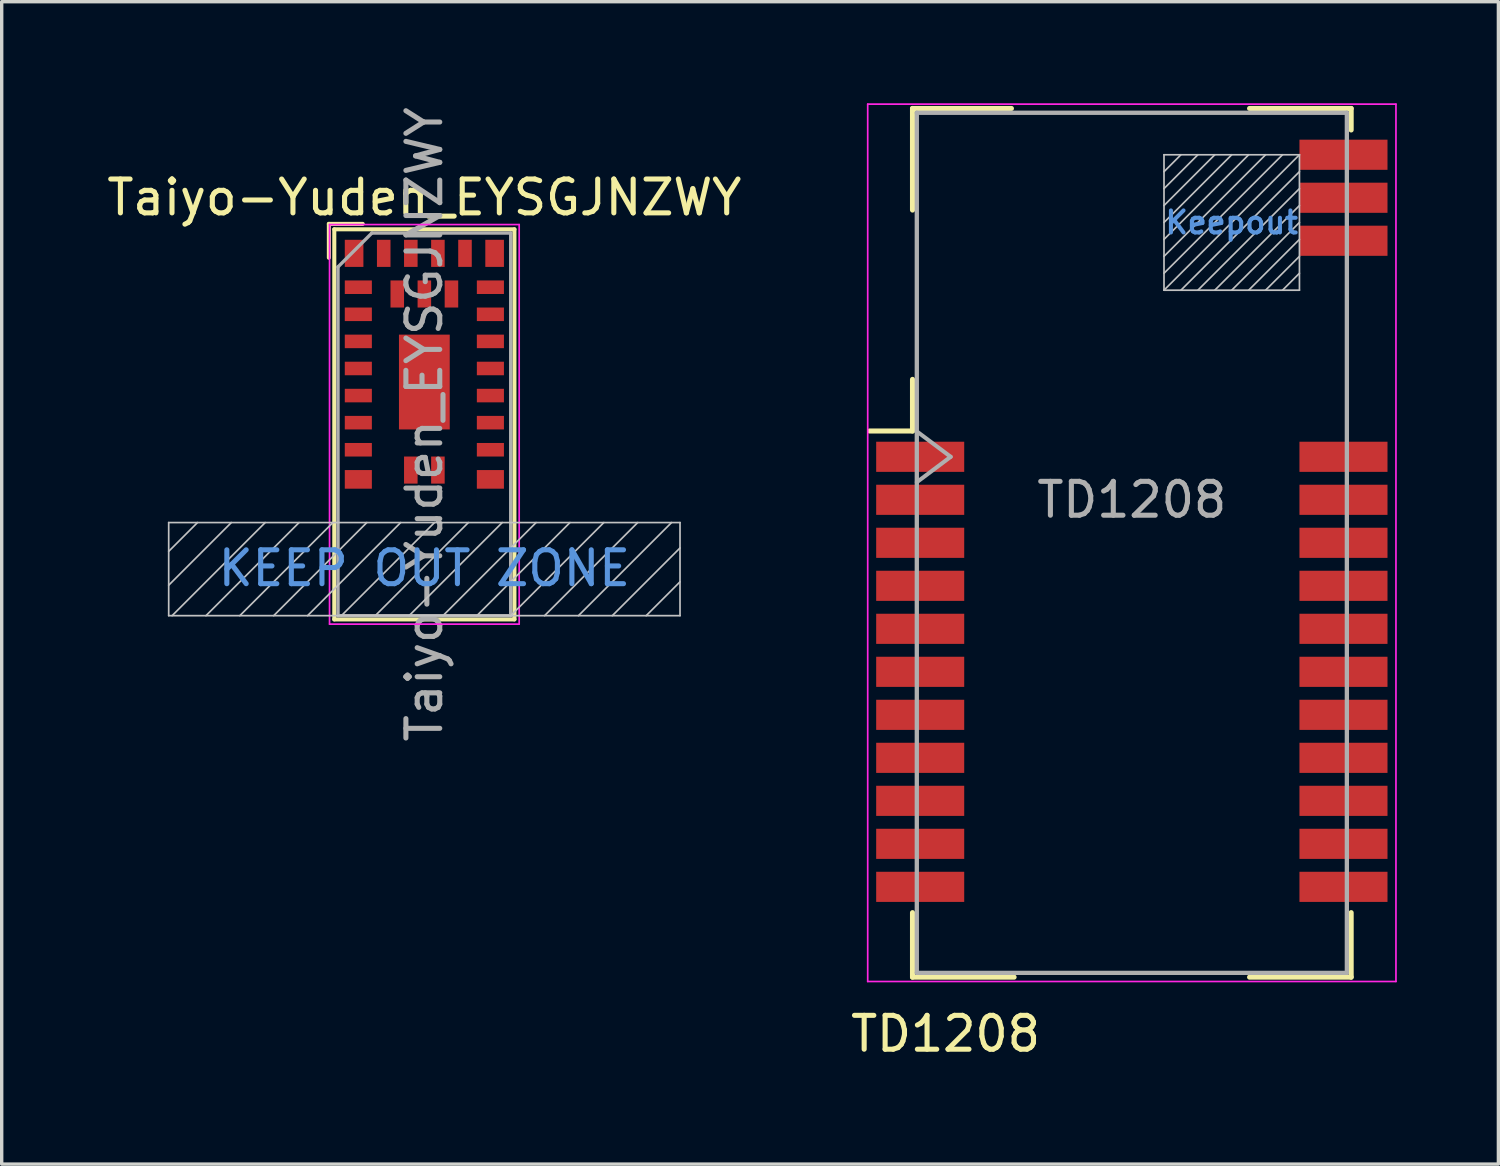
<source format=kicad_pcb>
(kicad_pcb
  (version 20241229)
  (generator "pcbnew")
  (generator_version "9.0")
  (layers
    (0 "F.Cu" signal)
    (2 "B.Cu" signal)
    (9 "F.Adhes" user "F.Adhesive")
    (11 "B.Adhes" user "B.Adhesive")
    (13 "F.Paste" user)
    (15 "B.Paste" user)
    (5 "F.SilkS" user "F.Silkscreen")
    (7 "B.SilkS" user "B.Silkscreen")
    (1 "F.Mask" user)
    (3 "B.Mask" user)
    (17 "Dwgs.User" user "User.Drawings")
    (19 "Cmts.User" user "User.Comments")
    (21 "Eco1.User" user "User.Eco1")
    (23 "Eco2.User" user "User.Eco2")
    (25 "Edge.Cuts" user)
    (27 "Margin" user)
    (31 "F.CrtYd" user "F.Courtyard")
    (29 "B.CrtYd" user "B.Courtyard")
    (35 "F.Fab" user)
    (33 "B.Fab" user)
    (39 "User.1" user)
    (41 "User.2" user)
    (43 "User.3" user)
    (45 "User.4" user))
  (footprint "TD1208"
    (layer "F.Cu")
    (at 30.375 12.345)
    (property "Reference" "TD1208" (at -5.5 15.135 0) (layer "F.SilkS") (effects (font (size 1 1) (thickness 0.15))))
    (attr smd)
    (fp_line (start -6.477 -12.192) (end -6.477 -9.192) (stroke (width 0.15) (type solid)) (layer "F.SilkS"))
    (fp_line (start -6.477 -12.192) (end -3.556 -12.192) (stroke (width 0.15) (type solid)) (layer "F.SilkS"))
    (fp_line (start -6.477 -4.191) (end -6.477 -2.667) (stroke (width 0.15) (type solid)) (layer "F.SilkS"))
    (fp_line (start -6.477 -2.667) (end -7.747 -2.667) (stroke (width 0.15) (type solid)) (layer "F.SilkS"))
    (fp_line (start -6.477 11.557) (end -6.477 13.462) (stroke (width 0.15) (type solid)) (layer "F.SilkS"))
    (fp_line (start -6.477 13.462) (end -3.477 13.462) (stroke (width 0.15) (type solid)) (layer "F.SilkS"))
    (fp_line (start 6.477 -12.192) (end 3.477 -12.192) (stroke (width 0.15) (type solid)) (layer "F.SilkS"))
    (fp_line (start 6.477 -12.192) (end 6.477 -11.557) (stroke (width 0.15) (type solid)) (layer "F.SilkS"))
    (fp_line (start 6.477 11.557) (end 6.477 13.462) (stroke (width 0.15) (type solid)) (layer "F.SilkS"))
    (fp_line (start 6.477 13.462) (end 3.477 13.462) (stroke (width 0.15) (type solid)) (layer "F.SilkS"))
    (fp_line (start 0.95 -10.825) (end 0.95 -6.825) (stroke (width 0.05) (type solid)) (layer "Dwgs.User"))
    (fp_line (start 0.95 -6.825) (end 4.95 -6.825) (stroke (width 0.05) (type solid)) (layer "Dwgs.User"))
    (fp_line (start 1.45 -10.825) (end 0.95 -10.325) (stroke (width 0.05) (type solid)) (layer "Dwgs.User"))
    (fp_line (start 1.95 -10.825) (end 0.95 -9.825) (stroke (width 0.05) (type solid)) (layer "Dwgs.User"))
    (fp_line (start 2.45 -10.825) (end 0.95 -9.325) (stroke (width 0.05) (type solid)) (layer "Dwgs.User"))
    (fp_line (start 2.95 -10.825) (end 0.95 -8.825) (stroke (width 0.05) (type solid)) (layer "Dwgs.User"))
    (fp_line (start 3.45 -10.825) (end 0.95 -8.325) (stroke (width 0.05) (type solid)) (layer "Dwgs.User"))
    (fp_line (start 3.95 -10.825) (end 0.95 -7.825) (stroke (width 0.05) (type solid)) (layer "Dwgs.User"))
    (fp_line (start 4.45 -10.825) (end 0.95 -7.325) (stroke (width 0.05) (type solid)) (layer "Dwgs.User"))
    (fp_line (start 4.95 -10.825) (end 0.95 -10.825) (stroke (width 0.05) (type solid)) (layer "Dwgs.User"))
    (fp_line (start 4.95 -10.825) (end 0.95 -6.825) (stroke (width 0.05) (type solid)) (layer "Dwgs.User"))
    (fp_line (start 4.95 -10.325) (end 1.45 -6.825) (stroke (width 0.05) (type solid)) (layer "Dwgs.User"))
    (fp_line (start 4.95 -9.825) (end 1.95 -6.825) (stroke (width 0.05) (type solid)) (layer "Dwgs.User"))
    (fp_line (start 4.95 -9.325) (end 2.45 -6.825) (stroke (width 0.05) (type solid)) (layer "Dwgs.User"))
    (fp_line (start 4.95 -8.825) (end 2.95 -6.825) (stroke (width 0.05) (type solid)) (layer "Dwgs.User"))
    (fp_line (start 4.95 -8.325) (end 3.45 -6.825) (stroke (width 0.05) (type solid)) (layer "Dwgs.User"))
    (fp_line (start 4.95 -7.825) (end 3.95 -6.825) (stroke (width 0.05) (type solid)) (layer "Dwgs.User"))
    (fp_line (start 4.95 -7.325) (end 4.45 -6.825) (stroke (width 0.05) (type solid)) (layer "Dwgs.User"))
    (fp_line (start 4.95 -6.825) (end 4.95 -10.825) (stroke (width 0.05) (type solid)) (layer "Dwgs.User"))
    (fp_line (start -7.8 -12.32) (end -7.8 13.59) (stroke (width 0.05) (type solid)) (layer "F.CrtYd"))
    (fp_line (start -7.8 13.59) (end 7.8 13.59) (stroke (width 0.05) (type solid)) (layer "F.CrtYd"))
    (fp_line (start 7.8 -12.32) (end -7.8 -12.32) (stroke (width 0.05) (type solid)) (layer "F.CrtYd"))
    (fp_line (start 7.8 13.59) (end 7.8 -12.32) (stroke (width 0.05) (type solid)) (layer "F.CrtYd"))
    (fp_line (start -6.35 -12.065) (end -6.35 13.335) (stroke (width 0.127) (type solid)) (layer "F.Fab"))
    (fp_line (start -6.35 -12.065) (end 6.35 -12.065) (stroke (width 0.127) (type solid)) (layer "F.Fab"))
    (fp_line (start -6.35 -2.655) (end -5.35 -1.905) (stroke (width 0.12) (type solid)) (layer "F.Fab"))
    (fp_line (start -5.35 -1.905) (end -6.35 -1.155) (stroke (width 0.12) (type solid)) (layer "F.Fab"))
    (fp_line (start 6.35 -12.065) (end 6.35 13.335) (stroke (width 0.127) (type solid)) (layer "F.Fab"))
    (fp_line (start 6.35 13.335) (end -6.35 13.335) (stroke (width 0.127) (type solid)) (layer "F.Fab"))
    (fp_text user "Keepout" (at 2.95 -8.825 0) (layer "Cmts.User") (effects (font (size 0.65 0.65) (thickness 0.12))))
    (fp_text user "${REFERENCE}" (at 0 -0.635 0) (layer "F.Fab") (effects (font (size 1 1) (thickness 0.15))))
    (pad "1" smd rect (at -6.25 -1.905) (size 2.6 0.89) (layers "F.Cu" "F.Mask" "F.Paste"))
    (pad "2" smd rect (at -6.25 -0.635) (size 2.6 0.89) (layers "F.Cu" "F.Mask" "F.Paste"))
    (pad "3" smd rect (at -6.25 0.635) (size 2.6 0.89) (layers "F.Cu" "F.Mask" "F.Paste"))
    (pad "4" smd rect (at -6.25 1.905) (size 2.6 0.89) (layers "F.Cu" "F.Mask" "F.Paste"))
    (pad "5" smd rect (at -6.25 3.175) (size 2.6 0.89) (layers "F.Cu" "F.Mask" "F.Paste"))
    (pad "6" smd rect (at -6.25 4.445) (size 2.6 0.89) (layers "F.Cu" "F.Mask" "F.Paste"))
    (pad "7" smd rect (at -6.25 5.715) (size 2.6 0.89) (layers "F.Cu" "F.Mask" "F.Paste"))
    (pad "8" smd rect (at -6.25 6.985) (size 2.6 0.89) (layers "F.Cu" "F.Mask" "F.Paste"))
    (pad "9" smd rect (at -6.25 8.255) (size 2.6 0.89) (layers "F.Cu" "F.Mask" "F.Paste"))
    (pad "10" smd rect (at -6.25 9.525) (size 2.6 0.89) (layers "F.Cu" "F.Mask" "F.Paste"))
    (pad "11" smd rect (at -6.25 10.795) (size 2.6 0.89) (layers "F.Cu" "F.Mask" "F.Paste"))
    (pad "12" smd rect (at 6.25 10.795) (size 2.6 0.89) (layers "F.Cu" "F.Mask" "F.Paste"))
    (pad "13" smd rect (at 6.25 9.525) (size 2.6 0.89) (layers "F.Cu" "F.Mask" "F.Paste"))
    (pad "14" smd rect (at 6.25 8.255) (size 2.6 0.89) (layers "F.Cu" "F.Mask" "F.Paste"))
    (pad "15" smd rect (at 6.25 6.985) (size 2.6 0.89) (layers "F.Cu" "F.Mask" "F.Paste"))
    (pad "16" smd rect (at 6.25 5.715) (size 2.6 0.89) (layers "F.Cu" "F.Mask" "F.Paste"))
    (pad "17" smd rect (at 6.25 4.445) (size 2.6 0.89) (layers "F.Cu" "F.Mask" "F.Paste"))
    (pad "18" smd rect (at 6.25 3.175) (size 2.6 0.89) (layers "F.Cu" "F.Mask" "F.Paste"))
    (pad "19" smd rect (at 6.25 1.905) (size 2.6 0.89) (layers "F.Cu" "F.Mask" "F.Paste"))
    (pad "20" smd rect (at 6.25 0.635) (size 2.6 0.89) (layers "F.Cu" "F.Mask" "F.Paste"))
    (pad "21" smd rect (at 6.25 -0.635) (size 2.6 0.89) (layers "F.Cu" "F.Mask" "F.Paste"))
    (pad "22" smd rect (at 6.25 -1.905) (size 2.6 0.89) (layers "F.Cu" "F.Mask" "F.Paste"))
    (pad "23" smd rect (at 6.25 -8.285) (size 2.6 0.89) (layers "F.Cu" "F.Mask" "F.Paste"))
    (pad "24" smd rect (at 6.25 -9.555) (size 2.6 0.89) (layers "F.Cu" "F.Mask" "F.Paste"))
    (pad "25" smd rect (at 6.25 -10.825) (size 2.6 0.89) (layers "F.Cu" "F.Mask" "F.Paste")))
  (footprint "Taiyo-Yuden_EYSGJNZWY"
    (layer "F.Cu")
    (at 9.482 9.482)
    (property "Reference" "Taiyo-Yuden_EYSGJNZWY" (at 0 -6.7 0) (layer "F.SilkS") (effects (font (size 1 1) (thickness 0.15))))
    (attr smd)
    (fp_line (start -2.82 -5.92) (end -2.82 -4.92) (stroke (width 0.12) (type solid)) (layer "F.SilkS"))
    (fp_line (start -2.82 -5.92) (end -1.82 -5.92) (stroke (width 0.12) (type solid)) (layer "F.SilkS"))
    (fp_line (start -2.66 -5.76) (end -2.66 5.76) (stroke (width 0.12) (type solid)) (layer "F.SilkS"))
    (fp_line (start -2.66 -5.76) (end 2.66 -5.76) (stroke (width 0.12) (type solid)) (layer "F.SilkS"))
    (fp_line (start -2.66 5.76) (end 2.66 5.76) (stroke (width 0.12) (type solid)) (layer "F.SilkS"))
    (fp_line (start 2.66 -5.76) (end 2.66 5.76) (stroke (width 0.12) (type solid)) (layer "F.SilkS"))
    (fp_line (start -7.55 2.9) (end -7.55 5.65) (stroke (width 0.05) (type solid)) (layer "Dwgs.User"))
    (fp_line (start -7.55 2.9) (end 7.55 2.9) (stroke (width 0.05) (type solid)) (layer "Dwgs.User"))
    (fp_line (start -7.55 5.65) (end 7.55 5.65) (stroke (width 0.05) (type solid)) (layer "Dwgs.User"))
    (fp_line (start -6.7 2.9) (end -7.55 3.75) (stroke (width 0.05) (type solid)) (layer "Dwgs.User"))
    (fp_line (start -5.7 2.9) (end -7.55 4.75) (stroke (width 0.05) (type solid)) (layer "Dwgs.User"))
    (fp_line (start -4.7 2.9) (end -7.45 5.65) (stroke (width 0.05) (type solid)) (layer "Dwgs.User"))
    (fp_line (start -3.7 2.9) (end -6.45 5.65) (stroke (width 0.05) (type solid)) (layer "Dwgs.User"))
    (fp_line (start -2.7 2.9) (end -5.45 5.65) (stroke (width 0.05) (type solid)) (layer "Dwgs.User"))
    (fp_line (start -1.7 2.9) (end -4.45 5.65) (stroke (width 0.05) (type solid)) (layer "Dwgs.User"))
    (fp_line (start -0.7 2.9) (end -3.45 5.65) (stroke (width 0.05) (type solid)) (layer "Dwgs.User"))
    (fp_line (start 0.3 2.9) (end -2.45 5.65) (stroke (width 0.05) (type solid)) (layer "Dwgs.User"))
    (fp_line (start 1.3 2.9) (end -1.45 5.65) (stroke (width 0.05) (type solid)) (layer "Dwgs.User"))
    (fp_line (start 2.3 2.9) (end -0.45 5.65) (stroke (width 0.05) (type solid)) (layer "Dwgs.User"))
    (fp_line (start 3.3 2.9) (end 0.55 5.65) (stroke (width 0.05) (type solid)) (layer "Dwgs.User"))
    (fp_line (start 4.3 2.9) (end 1.55 5.65) (stroke (width 0.05) (type solid)) (layer "Dwgs.User"))
    (fp_line (start 5.3 2.9) (end 2.55 5.65) (stroke (width 0.05) (type solid)) (layer "Dwgs.User"))
    (fp_line (start 6.3 2.9) (end 3.55 5.65) (stroke (width 0.05) (type solid)) (layer "Dwgs.User"))
    (fp_line (start 7.3 2.9) (end 4.55 5.65) (stroke (width 0.05) (type solid)) (layer "Dwgs.User"))
    (fp_line (start 7.55 2.9) (end 7.55 5.65) (stroke (width 0.05) (type solid)) (layer "Dwgs.User"))
    (fp_line (start 7.55 3.65) (end 5.55 5.65) (stroke (width 0.05) (type solid)) (layer "Dwgs.User"))
    (fp_line (start 7.55 4.65) (end 6.55 5.65) (stroke (width 0.05) (type solid)) (layer "Dwgs.User"))
    (fp_line (start -2.8 -5.9) (end -2.8 5.9) (stroke (width 0.05) (type solid)) (layer "F.CrtYd"))
    (fp_line (start -2.8 5.9) (end 2.8 5.9) (stroke (width 0.05) (type solid)) (layer "F.CrtYd"))
    (fp_line (start 2.8 -5.9) (end -2.8 -5.9) (stroke (width 0.05) (type solid)) (layer "F.CrtYd"))
    (fp_line (start 2.8 -5.9) (end 2.8 5.9) (stroke (width 0.05) (type solid)) (layer "F.CrtYd"))
    (fp_line (start -2.55 5.65) (end -2.55 -4.65) (stroke (width 0.1) (type solid)) (layer "F.Fab"))
    (fp_line (start -2.55 5.65) (end 2.55 5.65) (stroke (width 0.1) (type solid)) (layer "F.Fab"))
    (fp_line (start -1.55 -5.65) (end -2.55 -4.65) (stroke (width 0.1) (type solid)) (layer "F.Fab"))
    (fp_line (start -1.55 -5.65) (end 2.55 -5.65) (stroke (width 0.1) (type solid)) (layer "F.Fab"))
    (fp_line (start 2.55 -5.65) (end 2.55 5.65) (stroke (width 0.1) (type solid)) (layer "F.Fab"))
    (fp_text user "KEEP OUT ZONE" (at 0 4.25 0) (layer "Cmts.User") (effects (font (size 1 1) (thickness 0.15))))
    (fp_text user "${REFERENCE}" (at 0 0 90) (layer "F.Fab") (effects (font (size 1 1) (thickness 0.15))))
    (pad "" smd rect (at 0 -2) (size 1.2 1.1) (layers "F.Paste"))
    (pad "" smd rect (at 0 -0.5) (size 1.2 1.1) (layers "F.Paste"))
    (pad "1" smd rect (at -2.075 -5.05) (size 0.55 0.8) (layers "F.Cu" "F.Mask" "F.Paste"))
    (pad "2" smd rect (at -1.95 -4.05) (size 0.8 0.4) (layers "F.Cu" "F.Mask" "F.Paste"))
    (pad "3" smd rect (at -1.95 -3.25) (size 0.8 0.4) (layers "F.Cu" "F.Mask" "F.Paste"))
    (pad "4" smd rect (at -1.95 -2.45) (size 0.8 0.4) (layers "F.Cu" "F.Mask" "F.Paste"))
    (pad "5" smd rect (at -1.95 -1.65) (size 0.8 0.4) (layers "F.Cu" "F.Mask" "F.Paste"))
    (pad "6" smd rect (at -1.95 -0.85) (size 0.8 0.4) (layers "F.Cu" "F.Mask" "F.Paste"))
    (pad "7" smd rect (at -1.95 -0.05) (size 0.8 0.4) (layers "F.Cu" "F.Mask" "F.Paste"))
    (pad "8" smd rect (at -1.95 0.75) (size 0.8 0.4) (layers "F.Cu" "F.Mask" "F.Paste"))
    (pad "9" smd rect (at -1.95 1.625) (size 0.8 0.55) (layers "F.Cu" "F.Mask" "F.Paste"))
    (pad "10" smd rect (at -0.4 1.35) (size 0.4 0.8) (layers "F.Cu" "F.Mask" "F.Paste"))
    (pad "11" smd rect (at 0.4 1.35) (size 0.4 0.8) (layers "F.Cu" "F.Mask" "F.Paste"))
    (pad "12" smd rect (at 1.95 1.625) (size 0.8 0.55) (layers "F.Cu" "F.Mask" "F.Paste"))
    (pad "13" smd rect (at 1.95 0.75) (size 0.8 0.4) (layers "F.Cu" "F.Mask" "F.Paste"))
    (pad "14" smd rect (at 1.95 -0.05) (size 0.8 0.4) (layers "F.Cu" "F.Mask" "F.Paste"))
    (pad "15" smd rect (at 1.95 -0.85) (size 0.8 0.4) (layers "F.Cu" "F.Mask" "F.Paste"))
    (pad "16" smd rect (at 1.95 -1.65) (size 0.8 0.4) (layers "F.Cu" "F.Mask" "F.Paste"))
    (pad "17" smd rect (at 1.95 -2.45) (size 0.8 0.4) (layers "F.Cu" "F.Mask" "F.Paste"))
    (pad "18" smd rect (at 1.95 -3.25) (size 0.8 0.4) (layers "F.Cu" "F.Mask" "F.Paste"))
    (pad "19" smd rect (at 1.95 -4.05) (size 0.8 0.4) (layers "F.Cu" "F.Mask" "F.Paste"))
    (pad "20" smd rect (at 2.075 -5.05) (size 0.55 0.8) (layers "F.Cu" "F.Mask" "F.Paste"))
    (pad "21" smd rect (at 1.2 -5.05) (size 0.4 0.8) (layers "F.Cu" "F.Mask" "F.Paste"))
    (pad "22" smd rect (at 0.4 -5.05) (size 0.4 0.8) (layers "F.Cu" "F.Mask" "F.Paste"))
    (pad "23" smd rect (at -0.4 -5.05) (size 0.4 0.8) (layers "F.Cu" "F.Mask" "F.Paste"))
    (pad "24" smd rect (at -1.2 -5.05) (size 0.4 0.8) (layers "F.Cu" "F.Mask" "F.Paste"))
    (pad "25" smd rect (at 0.8 -3.85) (size 0.4 0.8) (layers "F.Cu" "F.Mask" "F.Paste"))
    (pad "26" smd rect (at 0 -3.85) (size 0.4 0.8) (layers "F.Cu" "F.Mask" "F.Paste"))
    (pad "27" smd rect (at -0.8 -3.85) (size 0.4 0.8) (layers "F.Cu" "F.Mask" "F.Paste"))
    (pad "28" smd rect (at 0 -1.25) (size 1.5 2.8) (layers "F.Cu" "F.Mask")))
  (gr_rect
    (start -3 -3)
    (end 41.2 31.328)
    (stroke (width 0.1) (type default))
    (fill no)
    (layer "Edge.Cuts")))
</source>
